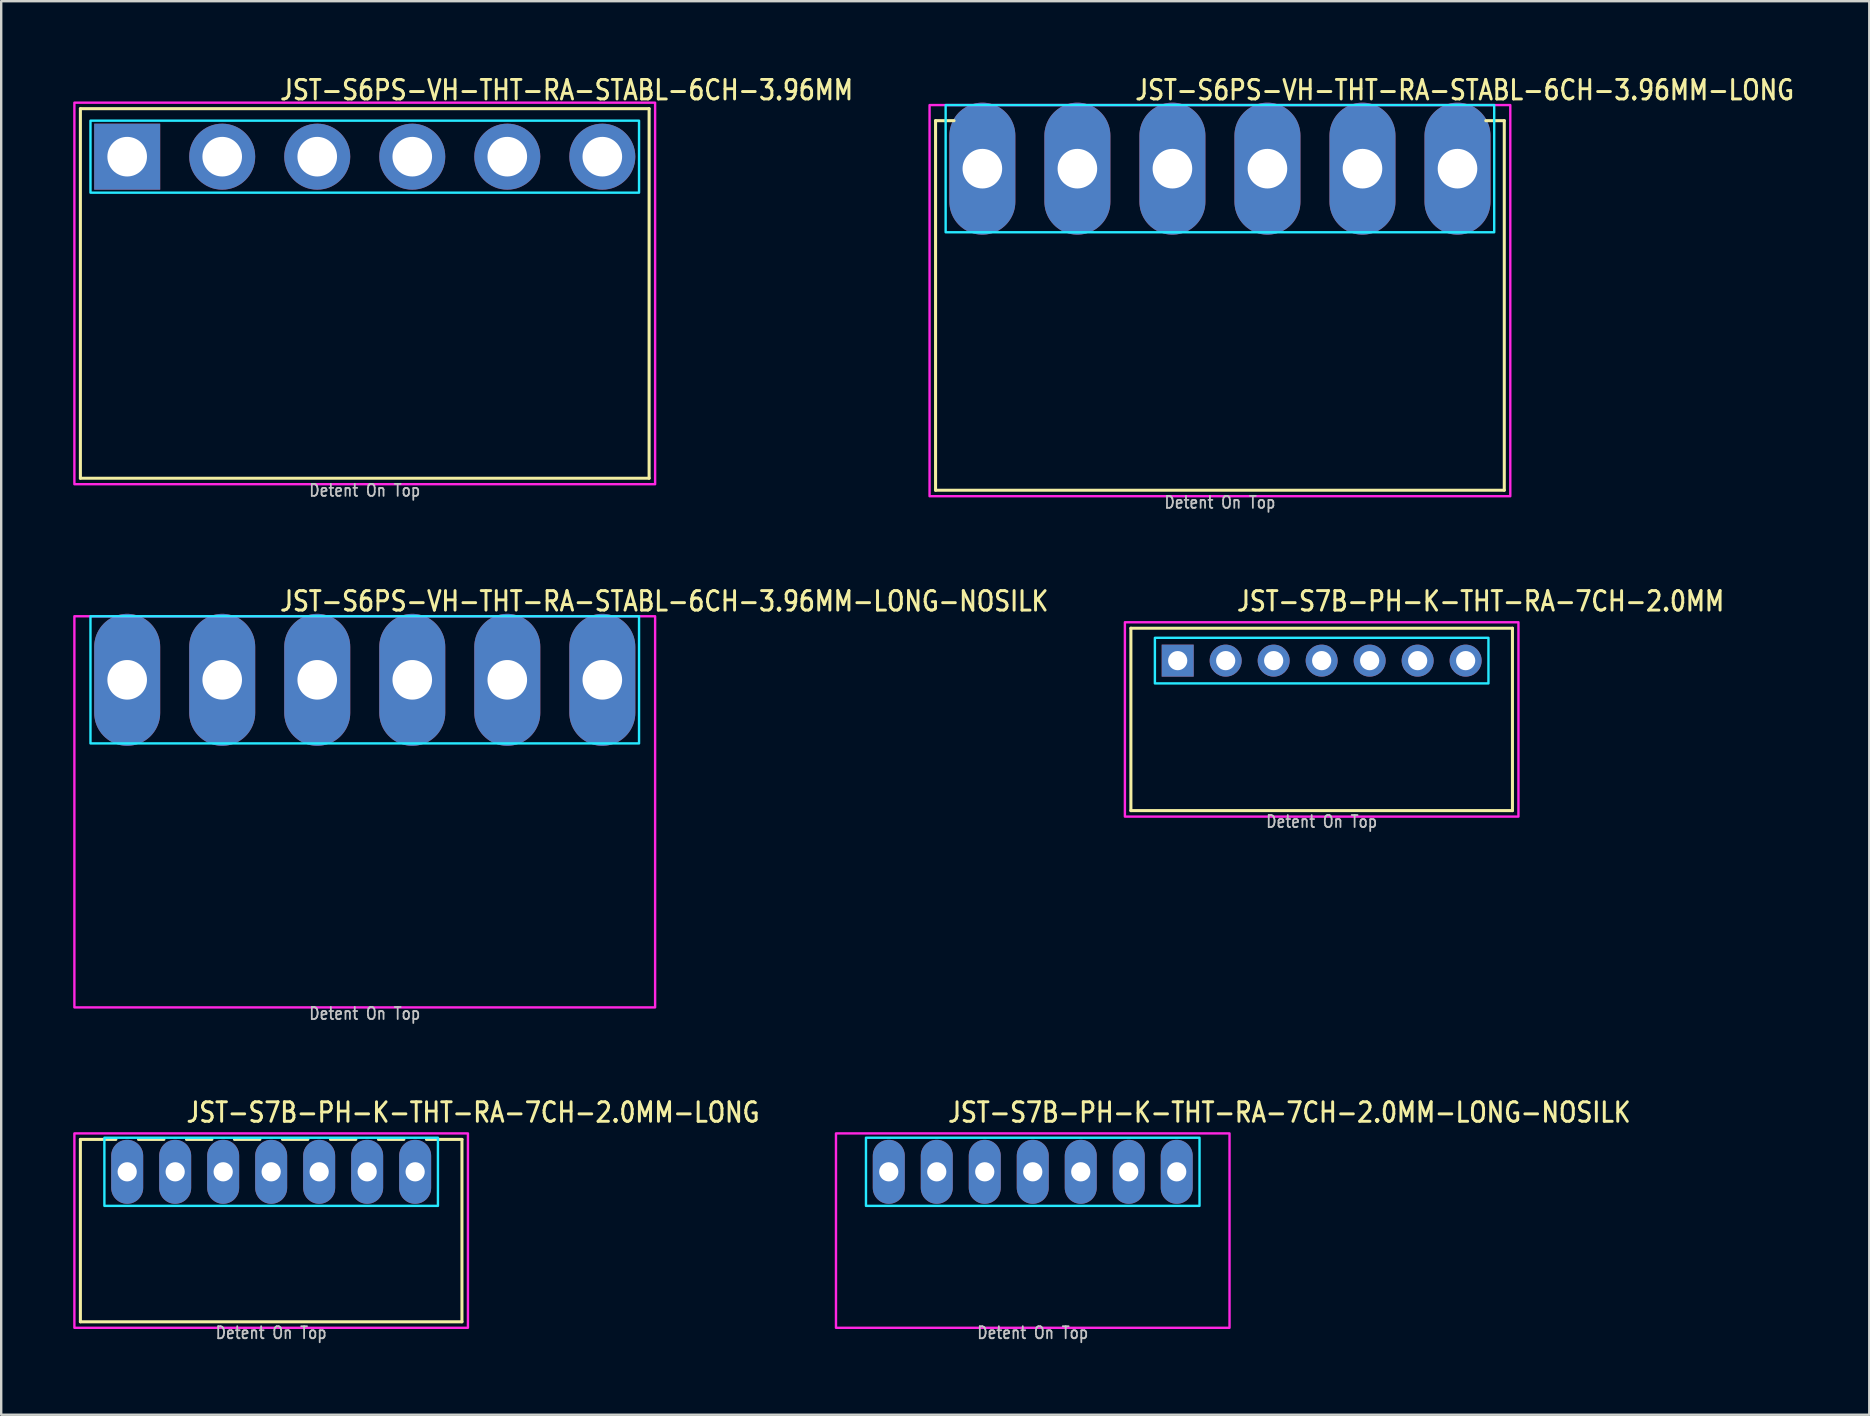
<source format=kicad_pcb>
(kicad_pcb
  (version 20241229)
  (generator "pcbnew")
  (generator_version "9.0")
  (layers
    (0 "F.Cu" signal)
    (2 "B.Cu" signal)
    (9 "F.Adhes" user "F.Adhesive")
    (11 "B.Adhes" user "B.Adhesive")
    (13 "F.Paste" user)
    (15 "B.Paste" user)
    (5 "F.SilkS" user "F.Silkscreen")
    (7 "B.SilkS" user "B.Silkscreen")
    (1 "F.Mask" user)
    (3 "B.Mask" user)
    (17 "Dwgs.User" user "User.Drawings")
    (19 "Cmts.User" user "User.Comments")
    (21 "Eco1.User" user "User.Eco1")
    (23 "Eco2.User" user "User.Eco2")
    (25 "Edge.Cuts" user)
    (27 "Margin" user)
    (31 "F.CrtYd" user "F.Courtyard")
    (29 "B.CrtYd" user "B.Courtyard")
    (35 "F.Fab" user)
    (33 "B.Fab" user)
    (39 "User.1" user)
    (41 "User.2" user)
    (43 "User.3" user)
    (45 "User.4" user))
  (footprint "JST-S6PS-VH-THT-RA-STABL-6CH-3.96MM"
    (layer "F.Cu")
    (at 12.15 3.479)
    (property "Reference" "JST-S6PS-VH-THT-RA-STABL-6CH-3.96MM" (at -3.6 -2.3 0) (unlocked yes) (layer "F.SilkS") (effects (font (size 0.813 0.695) (thickness 0.122)) (justify left bottom)))
    (fp_line (start -11.85 -2) (end 11.85 -2) (stroke (width 0.127) (type solid)) (layer "F.SilkS"))
    (fp_line (start -11.85 13.4) (end -11.85 -2) (stroke (width 0.127) (type solid)) (layer "F.SilkS"))
    (fp_line (start -11.85 13.4) (end 11.85 13.4) (stroke (width 0.127) (type solid)) (layer "F.SilkS"))
    (fp_line (start 11.85 -2) (end 11.85 13.4) (stroke (width 0.127) (type solid)) (layer "F.SilkS"))
    (fp_poly (pts (xy -11.43 -1.5) (xy -11.43 1.5) (xy 11.43 1.5) (xy 11.43 -1.5)) (stroke (width 0.1) (type solid)) (fill no) (layer "B.CrtYd"))
    (fp_poly (pts (xy -12.1 13.65) (xy 12.1 13.65) (xy 12.1 -2.25) (xy -12.1 -2.25)) (stroke (width 0.1) (type solid)) (fill no) (layer "F.CrtYd"))
    (fp_text user "Detent On Top" (at 0 14.2 0) (unlocked yes) (layer "Dwgs.User") (effects (font (size 0.5 0.427) (thickness 0.075)) (justify bottom)))
    (pad "P$1" thru_hole rect (at -9.9 0) (size 2.75 2.75) (drill 1.65) (layers "*.Cu" "*.Mask"))
    (pad "P$2" thru_hole oval (at -5.94 0) (size 2.75 2.75) (drill 1.65) (layers "*.Cu" "*.Mask"))
    (pad "P$3" thru_hole oval (at -1.98 0) (size 2.75 2.75) (drill 1.65) (layers "*.Cu" "*.Mask"))
    (pad "P$4" thru_hole oval (at 1.98 0) (size 2.75 2.75) (drill 1.65) (layers "*.Cu" "*.Mask"))
    (pad "P$5" thru_hole oval (at 5.94 0) (size 2.75 2.75) (drill 1.65) (layers "*.Cu" "*.Mask"))
    (pad "P$6" thru_hole oval (at 9.9 0) (size 2.75 2.75) (drill 1.65) (layers "*.Cu" "*.Mask")))
  (footprint "JST-S7B-PH-K-THT-RA-7CH-2.0MM"
    (layer "F.Cu")
    (at 52.027 24.48)
    (property "Reference" "JST-S7B-PH-K-THT-RA-7CH-2.0MM" (at -3.6 -2 0) (unlocked yes) (layer "F.SilkS") (effects (font (size 0.813 0.695) (thickness 0.122)) (justify left bottom)))
    (fp_line (start -7.95 -1.35) (end 7.95 -1.35) (stroke (width 0.127) (type solid)) (layer "F.SilkS"))
    (fp_line (start -7.95 6.25) (end -7.95 -1.35) (stroke (width 0.127) (type solid)) (layer "F.SilkS"))
    (fp_line (start -7.95 6.25) (end 7.95 6.25) (stroke (width 0.127) (type solid)) (layer "F.SilkS"))
    (fp_line (start 7.95 -1.35) (end 7.95 6.25) (stroke (width 0.127) (type solid)) (layer "F.SilkS"))
    (fp_poly (pts (xy -6.95 -0.95) (xy -6.95 0.95) (xy 6.95 0.95) (xy 6.95 -0.95)) (stroke (width 0.1) (type solid)) (fill no) (layer "B.CrtYd"))
    (fp_poly (pts (xy -8.2 -1.6) (xy -8.2 6.5) (xy 8.2 6.5) (xy 8.2 -1.6)) (stroke (width 0.1) (type solid)) (fill no) (layer "F.CrtYd"))
    (fp_text user "Detent On Top" (at 0 7 0) (unlocked yes) (layer "Dwgs.User") (effects (font (size 0.5 0.427) (thickness 0.075)) (justify bottom)))
    (pad "P$1" thru_hole rect (at -6 0) (size 1.333 1.333) (drill 0.8) (layers "*.Cu" "*.Mask"))
    (pad "P$2" thru_hole oval (at -4 0) (size 1.333 1.333) (drill 0.8) (layers "*.Cu" "*.Mask"))
    (pad "P$3" thru_hole oval (at -2 0) (size 1.333 1.333) (drill 0.8) (layers "*.Cu" "*.Mask"))
    (pad "P$4" thru_hole oval (at 0 0) (size 1.333 1.333) (drill 0.8) (layers "*.Cu" "*.Mask"))
    (pad "P$5" thru_hole oval (at 2 0) (size 1.333 1.333) (drill 0.8) (layers "*.Cu" "*.Mask"))
    (pad "P$6" thru_hole oval (at 4 0) (size 1.333 1.333) (drill 0.8) (layers "*.Cu" "*.Mask"))
    (pad "P$7" thru_hole oval (at 6 0) (size 1.333 1.333) (drill 0.8) (layers "*.Cu" "*.Mask")))
  (footprint "JST-S6PS-VH-THT-RA-STABL-6CH-3.96MM-LONG"
    (layer "F.Cu")
    (at 47.787 3.979)
    (property "Reference" "JST-S6PS-VH-THT-RA-STABL-6CH-3.96MM-LONG" (at -3.6 -2.8 0) (unlocked yes) (layer "F.SilkS") (effects (font (size 0.813 0.695) (thickness 0.122)) (justify left bottom)))
    (fp_line (start -11.85 -2) (end -11.08 -2) (stroke (width 0.127) (type solid)) (layer "F.SilkS"))
    (fp_line (start -11.85 13.4) (end -11.85 -2) (stroke (width 0.127) (type solid)) (layer "F.SilkS"))
    (fp_line (start -11.85 13.4) (end 11.85 13.4) (stroke (width 0.127) (type solid)) (layer "F.SilkS"))
    (fp_line (start 11.85 -2) (end 11.08 -2) (stroke (width 0.127) (type solid)) (layer "F.SilkS"))
    (fp_line (start 11.85 -2) (end 11.85 13.4) (stroke (width 0.127) (type solid)) (layer "F.SilkS"))
    (fp_poly (pts (xy -11.43 -2.65) (xy -11.43 2.65) (xy 11.43 2.65) (xy 11.43 -2.65)) (stroke (width 0.1) (type solid)) (fill no) (layer "B.CrtYd"))
    (fp_poly (pts (xy -12.1 -2.65) (xy -12.1 13.65) (xy 12.1 13.65) (xy 12.1 -2.65)) (stroke (width 0.1) (type solid)) (fill no) (layer "F.CrtYd"))
    (fp_text user "Detent On Top" (at 0 14.2 0) (unlocked yes) (layer "Dwgs.User") (effects (font (size 0.5 0.427) (thickness 0.075)) (justify bottom)))
    (pad "P$1" thru_hole oval (at -9.9 0 90) (size 5.5 2.75) (drill 1.65) (layers "*.Cu" "*.Mask"))
    (pad "P$2" thru_hole oval (at -5.94 0 90) (size 5.5 2.75) (drill 1.65) (layers "*.Cu" "*.Mask"))
    (pad "P$3" thru_hole oval (at -1.98 0 90) (size 5.5 2.75) (drill 1.65) (layers "*.Cu" "*.Mask"))
    (pad "P$4" thru_hole oval (at 1.98 0 90) (size 5.5 2.75) (drill 1.65) (layers "*.Cu" "*.Mask"))
    (pad "P$5" thru_hole oval (at 5.94 0 90) (size 5.5 2.75) (drill 1.65) (layers "*.Cu" "*.Mask"))
    (pad "P$6" thru_hole oval (at 9.9 0 90) (size 5.5 2.75) (drill 1.65) (layers "*.Cu" "*.Mask")))
  (footprint "JST-S7B-PH-K-THT-RA-7CH-2.0MM-LONG"
    (layer "F.Cu")
    (at 8.25 45.782)
    (property "Reference" "JST-S7B-PH-K-THT-RA-7CH-2.0MM-LONG" (at -3.6 -2 0) (unlocked yes) (layer "F.SilkS") (effects (font (size 0.813 0.695) (thickness 0.122)) (justify left bottom)))
    (fp_line (start -7.95 -1.35) (end -6.471 -1.35) (stroke (width 0.127) (type solid)) (layer "F.SilkS"))
    (fp_line (start -7.95 6.25) (end -7.95 -1.35) (stroke (width 0.127) (type solid)) (layer "F.SilkS"))
    (fp_line (start -7.95 6.25) (end 7.95 6.25) (stroke (width 0.127) (type solid)) (layer "F.SilkS"))
    (fp_line (start -5.529 -1.35) (end -4.471 -1.35) (stroke (width 0.127) (type solid)) (layer "F.SilkS"))
    (fp_line (start -3.529 -1.35) (end -2.471 -1.35) (stroke (width 0.127) (type solid)) (layer "F.SilkS"))
    (fp_line (start -1.529 -1.35) (end -0.471 -1.35) (stroke (width 0.127) (type solid)) (layer "F.SilkS"))
    (fp_line (start 0.471 -1.35) (end 1.529 -1.35) (stroke (width 0.127) (type solid)) (layer "F.SilkS"))
    (fp_line (start 2.471 -1.35) (end 3.529 -1.35) (stroke (width 0.127) (type solid)) (layer "F.SilkS"))
    (fp_line (start 4.471 -1.35) (end 5.529 -1.35) (stroke (width 0.127) (type solid)) (layer "F.SilkS"))
    (fp_line (start 6.471 -1.35) (end 7.95 -1.35) (stroke (width 0.127) (type solid)) (layer "F.SilkS"))
    (fp_line (start 7.95 -1.35) (end 7.95 6.25) (stroke (width 0.127) (type solid)) (layer "F.SilkS"))
    (fp_poly (pts (xy -6.95 -1.42) (xy -6.95 1.42) (xy 6.95 1.42) (xy 6.95 -1.42)) (stroke (width 0.1) (type solid)) (fill no) (layer "B.CrtYd"))
    (fp_poly (pts (xy -8.2 -1.6) (xy -8.2 6.5) (xy 8.2 6.5) (xy 8.2 -1.6)) (stroke (width 0.1) (type solid)) (fill no) (layer "F.CrtYd"))
    (fp_text user "Detent On Top" (at 0 7 0) (unlocked yes) (layer "Dwgs.User") (effects (font (size 0.5 0.427) (thickness 0.075)) (justify bottom)))
    (pad "P$1" thru_hole oval (at -6 0 90) (size 2.667 1.333) (drill 0.8) (layers "*.Cu" "*.Mask"))
    (pad "P$2" thru_hole oval (at -4 0 90) (size 2.667 1.333) (drill 0.8) (layers "*.Cu" "*.Mask"))
    (pad "P$3" thru_hole oval (at -2 0 90) (size 2.667 1.333) (drill 0.8) (layers "*.Cu" "*.Mask"))
    (pad "P$4" thru_hole oval (at 0 0 90) (size 2.667 1.333) (drill 0.8) (layers "*.Cu" "*.Mask"))
    (pad "P$5" thru_hole oval (at 2 0 90) (size 2.667 1.333) (drill 0.8) (layers "*.Cu" "*.Mask"))
    (pad "P$6" thru_hole oval (at 4 0 90) (size 2.667 1.333) (drill 0.8) (layers "*.Cu" "*.Mask"))
    (pad "P$7" thru_hole oval (at 6 0 90) (size 2.667 1.333) (drill 0.8) (layers "*.Cu" "*.Mask")))
  (footprint "JST-S6PS-VH-THT-RA-STABL-6CH-3.96MM-LONG-NOSILK"
    (layer "F.Cu")
    (at 12.15 25.28)
    (property "Reference" "JST-S6PS-VH-THT-RA-STABL-6CH-3.96MM-LONG-NOSILK" (at -3.6 -2.8 0) (unlocked yes) (layer "F.SilkS") (effects (font (size 0.813 0.695) (thickness 0.122)) (justify left bottom)))
    (fp_poly (pts (xy -11.43 -2.65) (xy -11.43 2.65) (xy 11.43 2.65) (xy 11.43 -2.65)) (stroke (width 0.1) (type solid)) (fill no) (layer "B.CrtYd"))
    (fp_poly (pts (xy -12.1 -2.65) (xy -12.1 13.65) (xy 12.1 13.65) (xy 12.1 -2.65)) (stroke (width 0.1) (type solid)) (fill no) (layer "F.CrtYd"))
    (fp_text user "Detent On Top" (at 0 14.2 0) (unlocked yes) (layer "Dwgs.User") (effects (font (size 0.5 0.427) (thickness 0.075)) (justify bottom)))
    (pad "P$1" thru_hole oval (at -9.9 0 90) (size 5.5 2.75) (drill 1.65) (layers "*.Cu" "*.Mask"))
    (pad "P$2" thru_hole oval (at -5.94 0 90) (size 5.5 2.75) (drill 1.65) (layers "*.Cu" "*.Mask"))
    (pad "P$3" thru_hole oval (at -1.98 0 90) (size 5.5 2.75) (drill 1.65) (layers "*.Cu" "*.Mask"))
    (pad "P$4" thru_hole oval (at 1.98 0 90) (size 5.5 2.75) (drill 1.65) (layers "*.Cu" "*.Mask"))
    (pad "P$5" thru_hole oval (at 5.94 0 90) (size 5.5 2.75) (drill 1.65) (layers "*.Cu" "*.Mask"))
    (pad "P$6" thru_hole oval (at 9.9 0 90) (size 5.5 2.75) (drill 1.65) (layers "*.Cu" "*.Mask")))
  (footprint "JST-S7B-PH-K-THT-RA-7CH-2.0MM-LONG-NOSILK"
    (layer "F.Cu")
    (at 39.987 45.782)
    (property "Reference" "JST-S7B-PH-K-THT-RA-7CH-2.0MM-LONG-NOSILK" (at -3.6 -2 0) (unlocked yes) (layer "F.SilkS") (effects (font (size 0.813 0.695) (thickness 0.122)) (justify left bottom)))
    (fp_poly (pts (xy -6.95 -1.42) (xy -6.95 1.42) (xy 6.95 1.42) (xy 6.95 -1.42)) (stroke (width 0.1) (type solid)) (fill no) (layer "B.CrtYd"))
    (fp_poly (pts (xy -8.2 -1.6) (xy -8.2 6.5) (xy 8.2 6.5) (xy 8.2 -1.6)) (stroke (width 0.1) (type solid)) (fill no) (layer "F.CrtYd"))
    (fp_text user "Detent On Top" (at 0 7 0) (unlocked yes) (layer "Dwgs.User") (effects (font (size 0.5 0.427) (thickness 0.075)) (justify bottom)))
    (pad "P$1" thru_hole oval (at -6 0 90) (size 2.667 1.333) (drill 0.8) (layers "*.Cu" "*.Mask"))
    (pad "P$2" thru_hole oval (at -4 0 90) (size 2.667 1.333) (drill 0.8) (layers "*.Cu" "*.Mask"))
    (pad "P$3" thru_hole oval (at -2 0 90) (size 2.667 1.333) (drill 0.8) (layers "*.Cu" "*.Mask"))
    (pad "P$4" thru_hole oval (at 0 0 90) (size 2.667 1.333) (drill 0.8) (layers "*.Cu" "*.Mask"))
    (pad "P$5" thru_hole oval (at 2 0 90) (size 2.667 1.333) (drill 0.8) (layers "*.Cu" "*.Mask"))
    (pad "P$6" thru_hole oval (at 4 0 90) (size 2.667 1.333) (drill 0.8) (layers "*.Cu" "*.Mask"))
    (pad "P$7" thru_hole oval (at 6 0 90) (size 2.667 1.333) (drill 0.8) (layers "*.Cu" "*.Mask")))
  (gr_rect
    (start -3 -3)
    (end 74.847 55.905)
    (stroke (width 0.1) (type default))
    (fill no)
    (layer "Edge.Cuts")))
</source>
